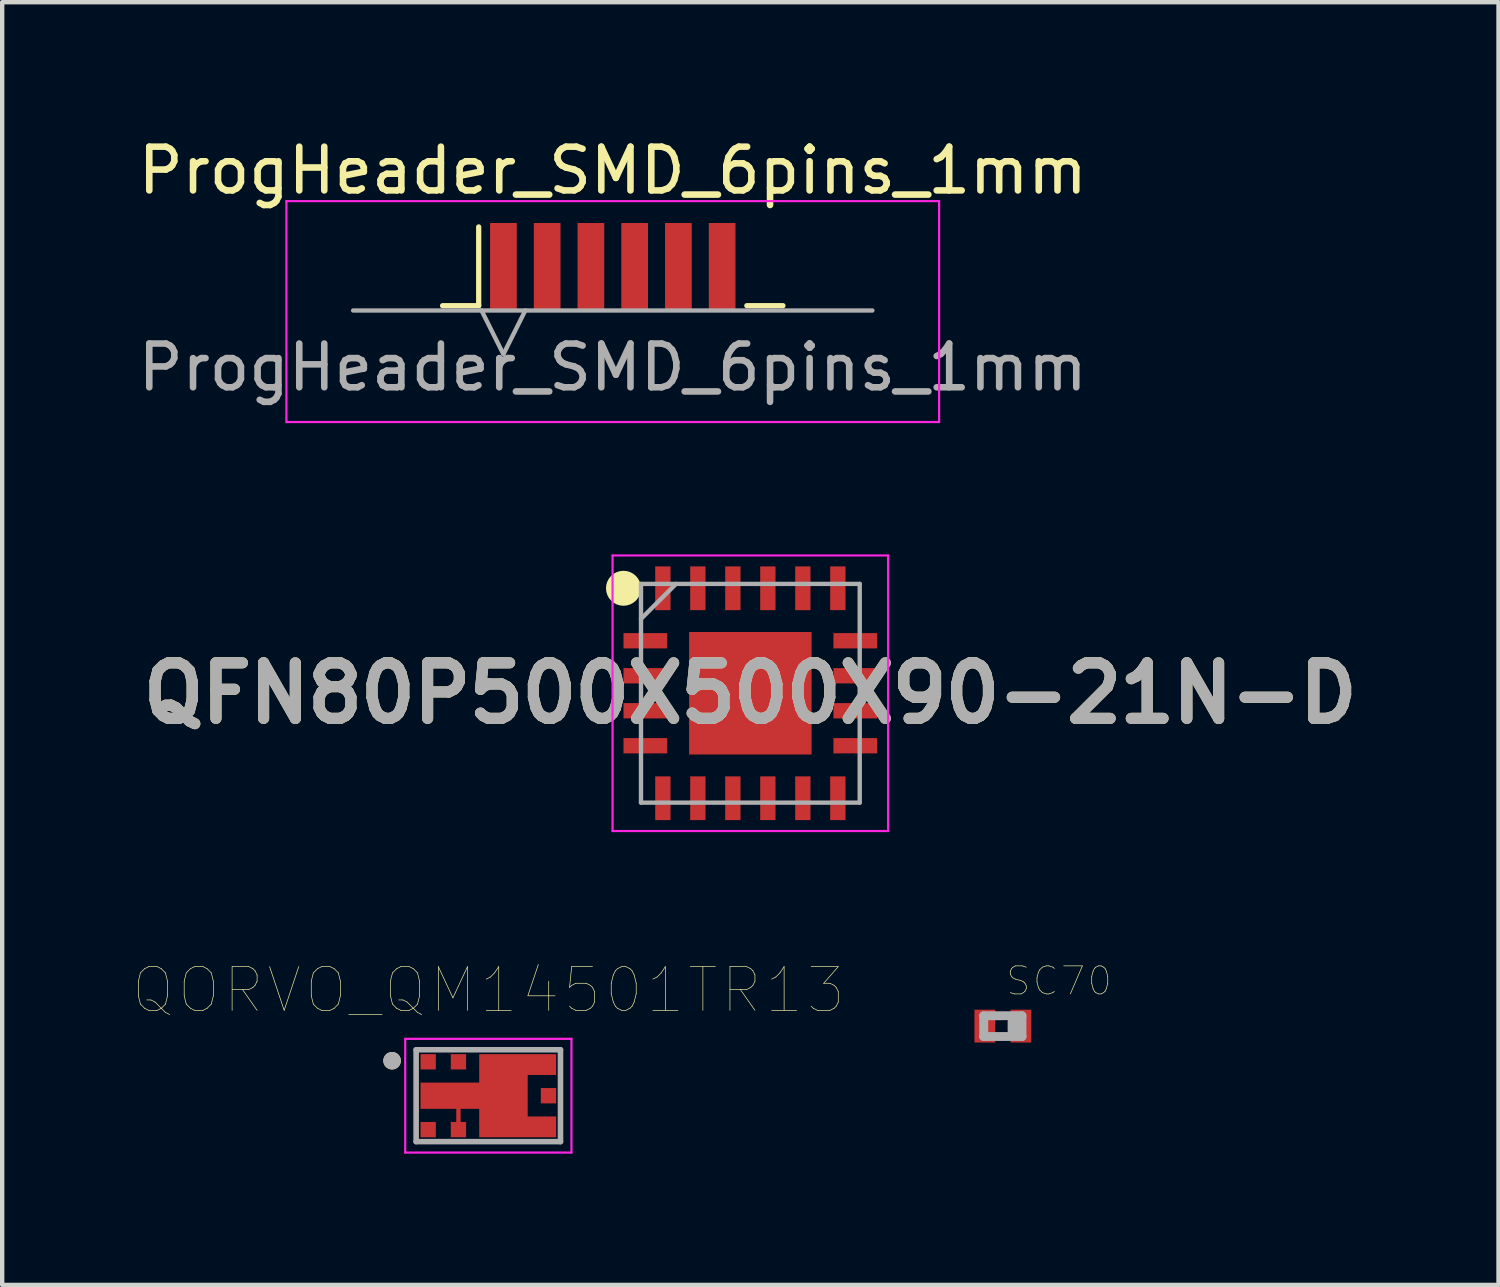
<source format=kicad_pcb>
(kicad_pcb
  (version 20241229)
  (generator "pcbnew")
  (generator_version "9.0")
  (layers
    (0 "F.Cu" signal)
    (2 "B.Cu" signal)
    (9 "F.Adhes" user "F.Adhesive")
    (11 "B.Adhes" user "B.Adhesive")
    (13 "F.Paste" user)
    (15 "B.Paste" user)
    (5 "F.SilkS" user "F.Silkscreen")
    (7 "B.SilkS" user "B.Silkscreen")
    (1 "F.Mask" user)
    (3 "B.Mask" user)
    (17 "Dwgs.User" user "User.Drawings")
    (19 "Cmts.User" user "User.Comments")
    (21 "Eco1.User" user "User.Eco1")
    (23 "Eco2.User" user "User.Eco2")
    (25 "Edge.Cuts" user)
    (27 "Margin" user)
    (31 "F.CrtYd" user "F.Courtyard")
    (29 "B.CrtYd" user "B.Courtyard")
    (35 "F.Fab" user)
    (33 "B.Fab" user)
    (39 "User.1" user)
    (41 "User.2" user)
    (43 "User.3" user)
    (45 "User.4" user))
  (footprint "ProgHeader_SMD_6pins_1mm"
    (layer "F.Cu")
    (at 10.958 4.848)
    (property "Reference" "ProgHeader_SMD_6pins_1mm" (at 0 -4 0) (layer "F.SilkS") (effects (font (size 1 1) (thickness 0.15))))
    (attr smd)
    (fp_line (start -3.89 -0.91) (end -3.065 -0.91) (stroke (width 0.12) (type solid)) (layer "F.SilkS"))
    (fp_line (start -3.065 -0.91) (end -3.065 -2.71) (stroke (width 0.12) (type solid)) (layer "F.SilkS"))
    (fp_line (start 3.065 -0.91) (end 3.89 -0.91) (stroke (width 0.12) (type solid)) (layer "F.SilkS"))
    (fp_line (start -7.46 -3.3) (end -7.46 1.75) (stroke (width 0.05) (type solid)) (layer "F.CrtYd"))
    (fp_line (start -7.46 1.75) (end 7.46 1.75) (stroke (width 0.05) (type solid)) (layer "F.CrtYd"))
    (fp_line (start 7.46 -3.3) (end -7.46 -3.3) (stroke (width 0.05) (type solid)) (layer "F.CrtYd"))
    (fp_line (start 7.46 1.75) (end 7.46 -3.3) (stroke (width 0.05) (type solid)) (layer "F.CrtYd"))
    (fp_line (start -5.935 -0.8) (end 5.935 -0.8) (stroke (width 0.1) (type solid)) (layer "F.Fab"))
    (fp_line (start -3 -0.8) (end -2.5 0.2) (stroke (width 0.1) (type solid)) (layer "F.Fab"))
    (fp_line (start -2.5 0.2) (end -2 -0.8) (stroke (width 0.1) (type solid)) (layer "F.Fab"))
    (fp_text user "${REFERENCE}" (at 0 0.5 0) (layer "F.Fab") (effects (font (size 1 1) (thickness 0.15))))
    (pad "1" smd rect (at -2.5 -1.8) (size 0.61 2) (layers "F.Cu" "F.Mask" "F.Paste"))
    (pad "2" smd rect (at -1.5 -1.8) (size 0.61 2) (layers "F.Cu" "F.Mask" "F.Paste"))
    (pad "3" smd rect (at -0.5 -1.8) (size 0.61 2) (layers "F.Cu" "F.Mask" "F.Paste"))
    (pad "4" smd rect (at 0.5 -1.8) (size 0.61 2) (layers "F.Cu" "F.Mask" "F.Paste"))
    (pad "5" smd rect (at 1.5 -1.8) (size 0.61 2) (layers "F.Cu" "F.Mask" "F.Paste"))
    (pad "6" smd rect (at 2.5 -1.8) (size 0.61 2) (layers "F.Cu" "F.Mask" "F.Paste")))
  (footprint "QFN80P500X500X90-21N-D"
    (layer "F.Cu")
    (at 14.103 12.798)
    (property "Reference" "QFN80P500X500X90-21N-D" (at 0 0 0) (layer "F.SilkS") (effects (font (size 1.27 1.27) (thickness 0.254))))
    (attr smd)
    (fp_circle (center -2.9 -2.4) (end -2.9 -2.2) (stroke (width 0.4) (type solid)) (fill no) (layer "F.SilkS"))
    (fp_line (start -3.15 -3.15) (end 3.15 -3.15) (stroke (width 0.05) (type solid)) (layer "F.CrtYd"))
    (fp_line (start -3.15 3.15) (end -3.15 -3.15) (stroke (width 0.05) (type solid)) (layer "F.CrtYd"))
    (fp_line (start 3.15 -3.15) (end 3.15 3.15) (stroke (width 0.05) (type solid)) (layer "F.CrtYd"))
    (fp_line (start 3.15 3.15) (end -3.15 3.15) (stroke (width 0.05) (type solid)) (layer "F.CrtYd"))
    (fp_line (start -2.5 -2.5) (end 2.5 -2.5) (stroke (width 0.1) (type solid)) (layer "F.Fab"))
    (fp_line (start -2.5 -1.7) (end -1.7 -2.5) (stroke (width 0.1) (type solid)) (layer "F.Fab"))
    (fp_line (start -2.5 2.5) (end -2.5 -2.5) (stroke (width 0.1) (type solid)) (layer "F.Fab"))
    (fp_line (start 2.5 -2.5) (end 2.5 2.5) (stroke (width 0.1) (type solid)) (layer "F.Fab"))
    (fp_line (start 2.5 2.5) (end -2.5 2.5) (stroke (width 0.1) (type solid)) (layer "F.Fab"))
    (fp_text user "${REFERENCE}" (at 0 0 0) (layer "F.Fab") (effects (font (size 1.27 1.27) (thickness 0.254))))
    (pad "1" smd rect (at -2.4 -1.2 90) (size 0.35 1) (layers "F.Cu" "F.Mask" "F.Paste"))
    (pad "2" smd rect (at -2.4 -0.4 90) (size 0.35 1) (layers "F.Cu" "F.Mask" "F.Paste"))
    (pad "3" smd rect (at -2.4 0.4 90) (size 0.35 1) (layers "F.Cu" "F.Mask" "F.Paste"))
    (pad "4" smd rect (at -2.4 1.2 90) (size 0.35 1) (layers "F.Cu" "F.Mask" "F.Paste"))
    (pad "5" smd rect (at -2 2.4) (size 0.35 1) (layers "F.Cu" "F.Mask" "F.Paste"))
    (pad "6" smd rect (at -1.2 2.4) (size 0.35 1) (layers "F.Cu" "F.Mask" "F.Paste"))
    (pad "7" smd rect (at -0.4 2.4) (size 0.35 1) (layers "F.Cu" "F.Mask" "F.Paste"))
    (pad "8" smd rect (at 0.4 2.4) (size 0.35 1) (layers "F.Cu" "F.Mask" "F.Paste"))
    (pad "9" smd rect (at 1.2 2.4) (size 0.35 1) (layers "F.Cu" "F.Mask" "F.Paste"))
    (pad "10" smd rect (at 2 2.4) (size 0.35 1) (layers "F.Cu" "F.Mask" "F.Paste"))
    (pad "11" smd rect (at 2.4 1.2 90) (size 0.35 1) (layers "F.Cu" "F.Mask" "F.Paste"))
    (pad "12" smd rect (at 2.4 0.4 90) (size 0.35 1) (layers "F.Cu" "F.Mask" "F.Paste"))
    (pad "13" smd rect (at 2.4 -0.4 90) (size 0.35 1) (layers "F.Cu" "F.Mask" "F.Paste"))
    (pad "14" smd rect (at 2.4 -1.2 90) (size 0.35 1) (layers "F.Cu" "F.Mask" "F.Paste"))
    (pad "15" smd rect (at 2 -2.4) (size 0.35 1) (layers "F.Cu" "F.Mask" "F.Paste"))
    (pad "16" smd rect (at 1.2 -2.4) (size 0.35 1) (layers "F.Cu" "F.Mask" "F.Paste"))
    (pad "17" smd rect (at 0.4 -2.4) (size 0.35 1) (layers "F.Cu" "F.Mask" "F.Paste"))
    (pad "18" smd rect (at -0.4 -2.4) (size 0.35 1) (layers "F.Cu" "F.Mask" "F.Paste"))
    (pad "19" smd rect (at -1.2 -2.4) (size 0.35 1) (layers "F.Cu" "F.Mask" "F.Paste"))
    (pad "20" smd rect (at -2 -2.4) (size 0.35 1) (layers "F.Cu" "F.Mask" "F.Paste"))
    (pad "21" smd rect (at 0 0) (size 2.8 2.8) (layers "F.Cu" "F.Mask" "F.Paste")))
  (footprint "QORVO_QM14501TR13"
    (layer "F.Cu")
    (at 8.113 21.998)
    (property "Reference" "QORVO_QM14501TR13" (at 0 -2.413 0) (layer "F.SilkS") (effects (font (size 1 1) (thickness 0.015))))
    (attr through_hole)
    (fp_poly (pts (xy -0.733 0.278) (xy -0.633 0.278) (xy -0.633 0.645) (xy -0.733 0.645)) (stroke (width 0.0001) (type solid)) (fill yes) (layer "F.Cu"))
    (fp_poly (pts (xy -1.55 -0.3) (xy -0.208 -0.3) (xy -0.208 -0.95) (xy 1.55 -0.95) (xy 1.55 -0.474) (xy 0.9 -0.474) (xy 0.9 0.474) (xy 1.55 0.474) (xy 1.55 0.95) (xy -0.208 0.95) (xy -0.208 0.3) (xy -1.55 0.3)) (stroke (width 0.0001) (type solid)) (fill yes) (layer "F.Cu"))
    (fp_poly (pts (xy -1.615 -1.015) (xy -1.135 -1.015) (xy -1.135 -0.535) (xy -1.615 -0.535)) (stroke (width 0.01) (type solid)) (fill yes) (layer "F.Mask"))
    (fp_poly (pts (xy -1.615 0.535) (xy -1.135 0.535) (xy -1.135 1.015) (xy -1.615 1.015)) (stroke (width 0.01) (type solid)) (fill yes) (layer "F.Mask"))
    (fp_poly (pts (xy -0.923 -1.015) (xy -0.443 -1.015) (xy -0.443 -0.535) (xy -0.923 -0.535)) (stroke (width 0.01) (type solid)) (fill yes) (layer "F.Mask"))
    (fp_poly (pts (xy -0.923 0.535) (xy -0.443 0.535) (xy -0.443 1.015) (xy -0.923 1.015)) (stroke (width 0.01) (type solid)) (fill yes) (layer "F.Mask"))
    (fp_poly (pts (xy -0.798 0.247) (xy -0.568 0.247) (xy -0.568 0.6) (xy -0.798 0.6)) (stroke (width 0.01) (type solid)) (fill yes) (layer "F.Mask"))
    (fp_poly (pts (xy 1.135 -0.24) (xy 1.615 -0.24) (xy 1.615 0.24) (xy 1.135 0.24)) (stroke (width 0.01) (type solid)) (fill yes) (layer "F.Mask"))
    (fp_poly (pts (xy -1.615 -0.365) (xy -0.273 -0.365) (xy -0.273 -1.015) (xy 1.615 -1.015) (xy 1.615 -0.409) (xy 0.966 -0.409) (xy 0.966 0.409) (xy 1.615 0.409) (xy 1.615 1.015) (xy -0.273 1.015) (xy -0.273 0.365) (xy -1.615 0.365)) (stroke (width 0.0001) (type solid)) (fill yes) (layer "F.Mask"))
    (fp_circle (center -2.2 -0.8) (end -2.1 -0.8) (stroke (width 0.2) (type solid)) (fill no) (layer "F.SilkS"))
    (fp_poly (pts (xy -0.733 0.278) (xy -0.633 0.278) (xy -0.633 0.6) (xy -0.733 0.6)) (stroke (width 0.0001) (type solid)) (fill yes) (layer "F.Paste"))
    (fp_poly (pts (xy -1.55 -0.3) (xy -0.208 -0.3) (xy -0.208 -0.95) (xy 1.55 -0.95) (xy 1.55 -0.474) (xy 0.9 -0.474) (xy 0.9 0.474) (xy 1.55 0.474) (xy 1.55 0.95) (xy -0.208 0.95) (xy -0.208 0.3) (xy -1.55 0.3)) (stroke (width 0.0001) (type solid)) (fill yes) (layer "F.Paste"))
    (fp_line (start -1.9 -1.3) (end 1.9 -1.3) (stroke (width 0.05) (type solid)) (layer "F.CrtYd"))
    (fp_line (start -1.9 1.3) (end -1.9 -1.3) (stroke (width 0.05) (type solid)) (layer "F.CrtYd"))
    (fp_line (start 1.9 -1.3) (end 1.9 1.3) (stroke (width 0.05) (type solid)) (layer "F.CrtYd"))
    (fp_line (start 1.9 1.3) (end -1.9 1.3) (stroke (width 0.05) (type solid)) (layer "F.CrtYd"))
    (fp_line (start -1.65 -1.05) (end 1.65 -1.05) (stroke (width 0.127) (type solid)) (layer "F.Fab"))
    (fp_line (start -1.65 1.05) (end -1.65 -1.05) (stroke (width 0.127) (type solid)) (layer "F.Fab"))
    (fp_line (start 1.65 -1.05) (end 1.65 1.05) (stroke (width 0.127) (type solid)) (layer "F.Fab"))
    (fp_line (start 1.65 1.05) (end -1.65 1.05) (stroke (width 0.127) (type solid)) (layer "F.Fab"))
    (fp_circle (center -2.2 -0.8) (end -2.1 -0.8) (stroke (width 0.2) (type solid)) (fill no) (layer "F.Fab"))
    (pad "1" smd rect (at -1.375 -0.775) (size 0.35 0.35) (layers "F.Cu" "F.Paste"))
    (pad "3" smd rect (at -1.375 0.775) (size 0.35 0.35) (layers "F.Cu" "F.Paste"))
    (pad "4" smd rect (at -0.683 0.775) (size 0.35 0.35) (layers "F.Cu" "F.Paste"))
    (pad "8" smd rect (at 1.375 0) (size 0.35 0.35) (layers "F.Cu" "F.Paste"))
    (pad "12" smd rect (at -0.683 -0.775) (size 0.35 0.35) (layers "F.Cu" "F.Paste")))
  (footprint "SC70"
    (layer "F.Cu")
    (at 19.876 20.407)
    (property "Reference" "SC70" (at 1.283 -1.032 0) (layer "F.SilkS") (effects (font (size 0.641 0.641) (thickness 0.015))))
    (attr through_hole)
    (fp_line (start -0.437 -0.237) (end -0.437 0.235) (stroke (width 0.203) (type solid)) (layer "F.Fab"))
    (fp_line (start 0.436 -0.235) (end 0.436 0.237) (stroke (width 0.203) (type solid)) (layer "F.Fab"))
    (fp_line (start 0.438 -0.238) (end -0.44 -0.237) (stroke (width 0.203) (type solid)) (layer "F.Fab"))
    (fp_line (start 0.439 0.237) (end -0.439 0.238) (stroke (width 0.203) (type solid)) (layer "F.Fab"))
    (fp_poly (pts (xy 0.3 -0.109) (xy 0.3 0.106) (xy 0.21 0.106) (xy 0.21 -0.109)) (stroke (width 0.203) (type solid)) (fill no) (layer "F.Fab"))
    (pad "1" smd rect (at -0.412 0) (size 0.475 0.75) (layers "F.Cu" "F.Mask" "F.Paste"))
    (pad "2" smd rect (at 0.412 0) (size 0.475 0.75) (layers "F.Cu" "F.Mask" "F.Paste")))
  (gr_rect
    (start -3 -3)
    (end 31.206 26.323)
    (stroke (width 0.1) (type default))
    (fill no)
    (layer "Edge.Cuts")))
</source>
